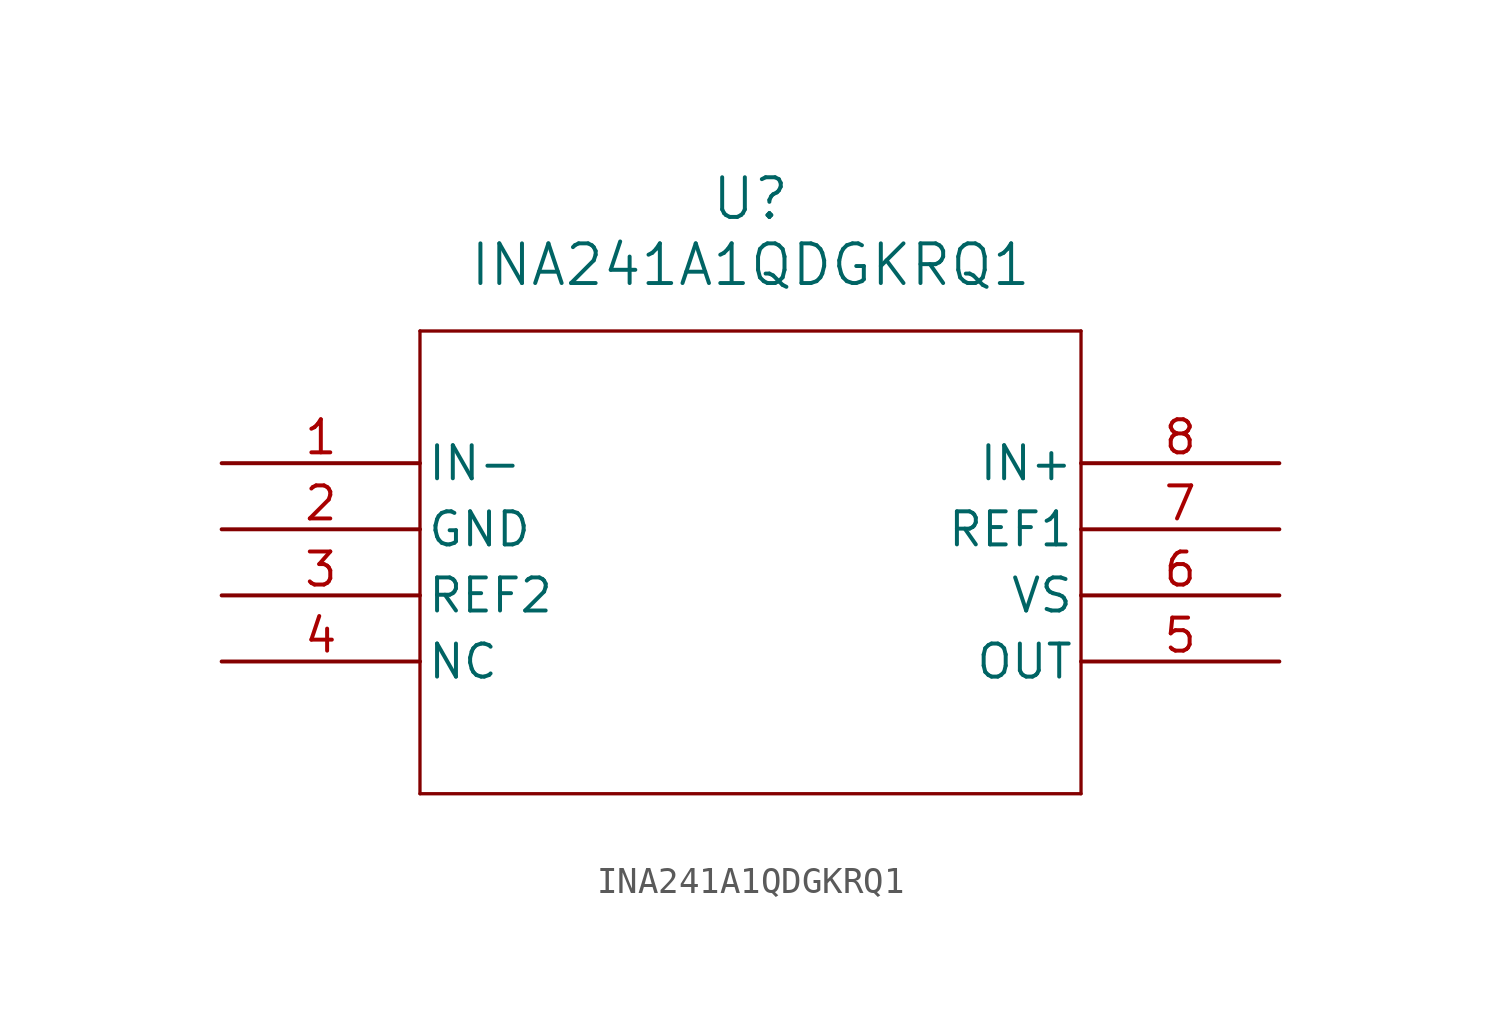
<source format=kicad_sym>
(kicad_symbol_lib
  (version 20211014)
  (generator kicad_symbol_editor)
  (symbol "INA241A1QDGKRQ1"
    (pin_names
      (offset 0.254))
    (property "Reference" "U"
      (at 20.32 10.16 0)
      (effects (font (size 1.524 1.524))))
    (property "Value" "INA241A1QDGKRQ1"
      (at 20.32 7.62 0)
      (effects (font (size 1.524 1.524))))
    (symbol "INA241A1QDGKRQ1_0_1"
      (polyline (pts (xy 7.62 5.08) (xy 7.62 -12.7)) (stroke (width 0.127) (type default) (color 0 0 0 0)) (fill (type none)))
      (polyline (pts (xy 7.62 -12.7) (xy 33.02 -12.7)) (stroke (width 0.127) (type default) (color 0 0 0 0)) (fill (type none)))
      (polyline (pts (xy 33.02 -12.7) (xy 33.02 5.08)) (stroke (width 0.127) (type default) (color 0 0 0 0)) (fill (type none)))
      (polyline (pts (xy 33.02 5.08) (xy 7.62 5.08)) (stroke (width 0.127) (type default) (color 0 0 0 0)) (fill (type none)))
      (pin input line (at 0 0 0) (length 7.62) (name "IN-" (effects (font (size 1.27 1.27)))) (number "1" (effects (font (size 1.27 1.27)))))
      (pin power_out line (at 0 -2.54 0) (length 7.62) (name "GND" (effects (font (size 1.27 1.27)))) (number "2" (effects (font (size 1.27 1.27)))))
      (pin input line (at 0 -5.08 0) (length 7.62) (name "REF2" (effects (font (size 1.27 1.27)))) (number "3" (effects (font (size 1.27 1.27)))))
      (pin power_out line (at 0 -7.62 0) (length 7.62) (name "NC" (effects (font (size 1.27 1.27)))) (number "4" (effects (font (size 1.27 1.27)))))
      (pin output line (at 40.64 -7.62 180) (length 7.62) (name "OUT" (effects (font (size 1.27 1.27)))) (number "5" (effects (font (size 1.27 1.27)))))
      (pin power_in line (at 40.64 -5.08 180) (length 7.62) (name "VS" (effects (font (size 1.27 1.27)))) (number "6" (effects (font (size 1.27 1.27)))))
      (pin input line (at 40.64 -2.54 180) (length 7.62) (name "REF1" (effects (font (size 1.27 1.27)))) (number "7" (effects (font (size 1.27 1.27)))))
      (pin input line (at 40.64 0 180) (length 7.62) (name "IN+" (effects (font (size 1.27 1.27)))) (number "8" (effects (font (size 1.27 1.27))))))))
</source>
